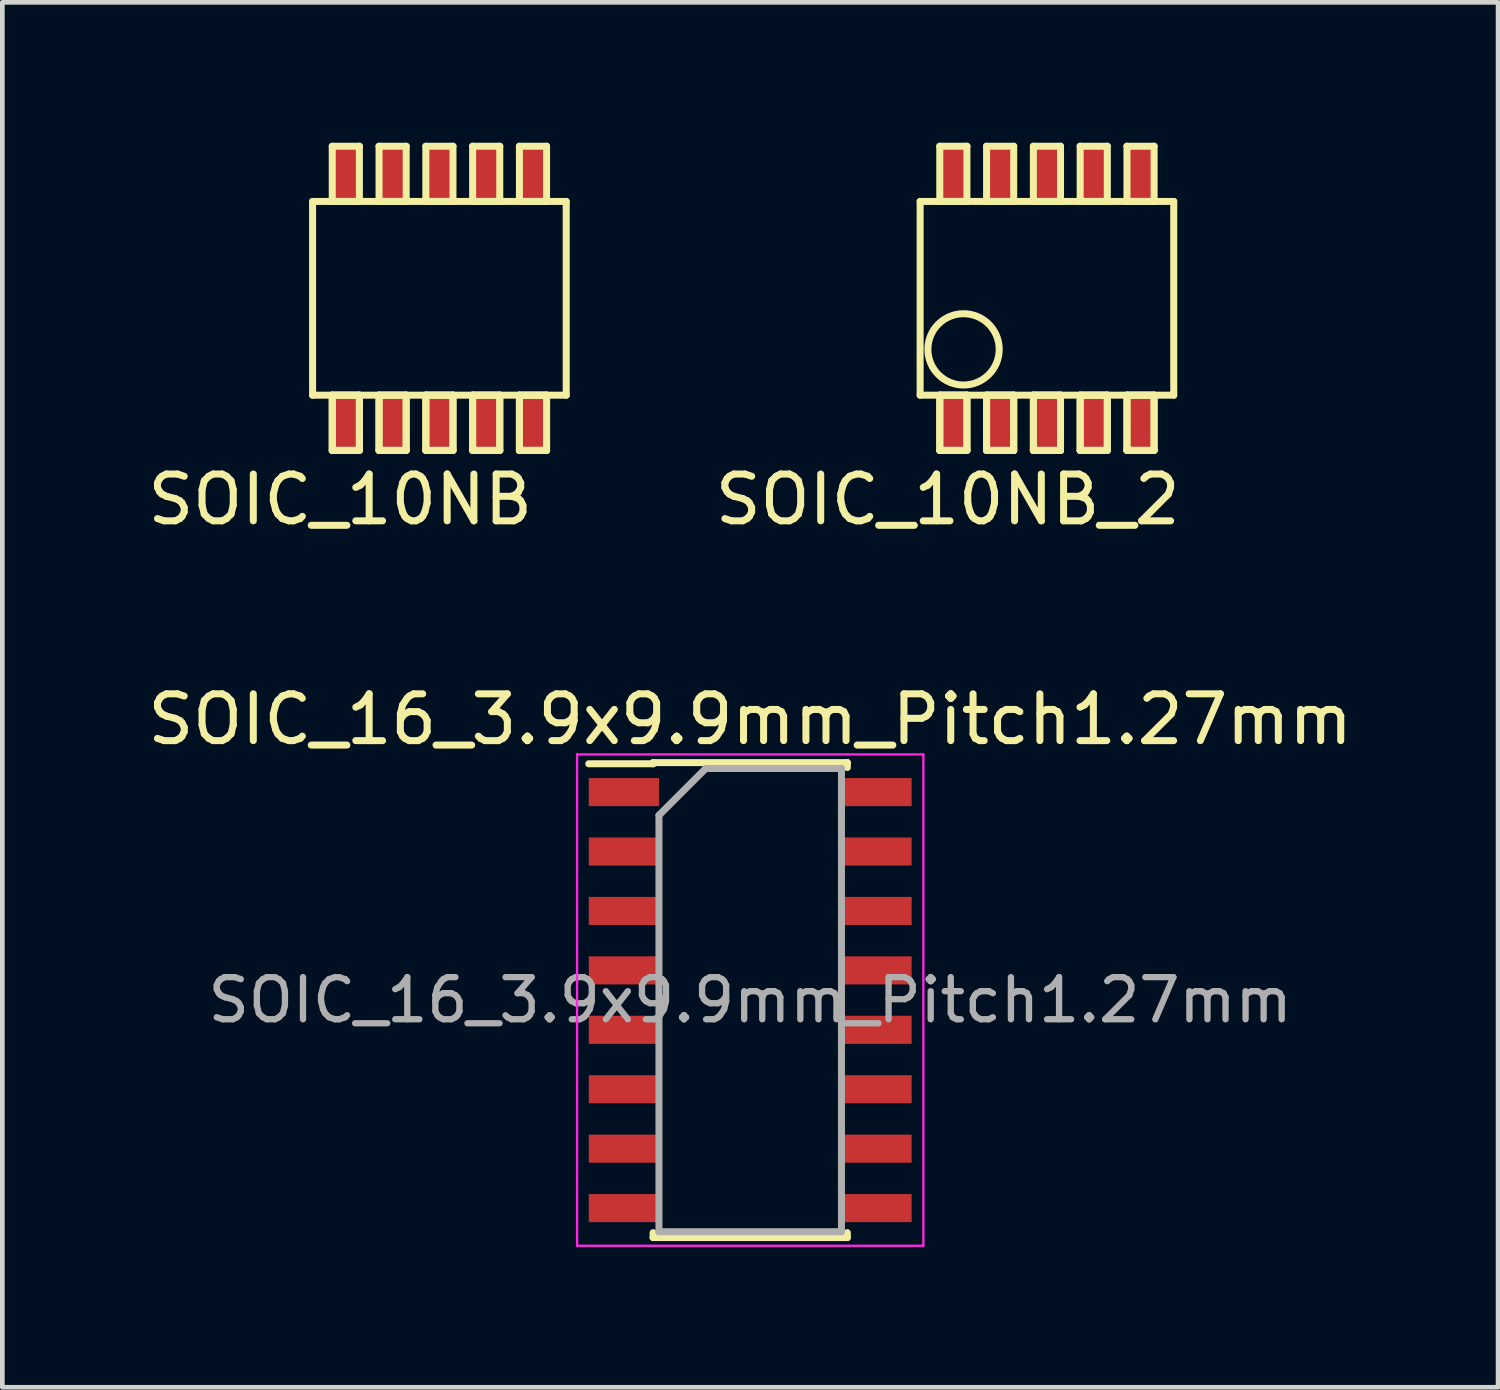
<source format=kicad_pcb>
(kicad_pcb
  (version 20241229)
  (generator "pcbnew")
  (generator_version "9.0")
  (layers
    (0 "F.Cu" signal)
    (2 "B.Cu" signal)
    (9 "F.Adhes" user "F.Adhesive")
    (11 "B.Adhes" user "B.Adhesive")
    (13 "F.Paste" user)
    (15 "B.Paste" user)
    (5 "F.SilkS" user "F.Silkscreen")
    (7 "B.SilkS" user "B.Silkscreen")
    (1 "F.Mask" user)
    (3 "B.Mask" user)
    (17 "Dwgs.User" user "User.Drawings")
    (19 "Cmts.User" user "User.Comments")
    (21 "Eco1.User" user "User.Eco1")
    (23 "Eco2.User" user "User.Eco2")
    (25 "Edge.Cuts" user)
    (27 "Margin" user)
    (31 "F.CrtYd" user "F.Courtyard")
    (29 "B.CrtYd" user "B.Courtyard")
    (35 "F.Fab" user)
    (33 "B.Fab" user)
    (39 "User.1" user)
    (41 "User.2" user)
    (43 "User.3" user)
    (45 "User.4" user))
  (footprint "SOIC_10NB"
    (layer "F.Cu")
    (at 4.05 6.575)
    (property "Reference" "SOIC_10NB" (at 0.17 1.05 0) (layer "F.SilkS") (effects (font (size 1 1) (thickness 0.15))))
    (attr through_hole)
    (fp_line (start -0.42 -5.32) (end 5 -5.32) (stroke (width 0.15) (type solid)) (layer "F.SilkS"))
    (fp_line (start -0.42 -1.18) (end -0.42 -5.32) (stroke (width 0.15) (type solid)) (layer "F.SilkS"))
    (fp_line (start -0.42 -1.18) (end 5 -1.18) (stroke (width 0.15) (type solid)) (layer "F.SilkS"))
    (fp_line (start 0 -6.5) (end 0.58 -6.5) (stroke (width 0.15) (type solid)) (layer "F.SilkS"))
    (fp_line (start 0 -5.32) (end 0 -6.5) (stroke (width 0.15) (type solid)) (layer "F.SilkS"))
    (fp_line (start 0 -1.18) (end 0.58 -1.18) (stroke (width 0.15) (type solid)) (layer "F.SilkS"))
    (fp_line (start 0 -1.18) (end 0.58 -1.18) (stroke (width 0.15) (type solid)) (layer "F.SilkS"))
    (fp_line (start 0 0) (end 0 -1.18) (stroke (width 0.15) (type solid)) (layer "F.SilkS"))
    (fp_line (start 0 0) (end 0 -1.18) (stroke (width 0.15) (type solid)) (layer "F.SilkS"))
    (fp_line (start 0.58 -6.5) (end 0.58 -5.32) (stroke (width 0.15) (type solid)) (layer "F.SilkS"))
    (fp_line (start 0.58 -5.32) (end 0 -5.32) (stroke (width 0.15) (type solid)) (layer "F.SilkS"))
    (fp_line (start 0.58 -1.18) (end 0.58 0) (stroke (width 0.15) (type solid)) (layer "F.SilkS"))
    (fp_line (start 0.58 -1.18) (end 0.58 0) (stroke (width 0.15) (type solid)) (layer "F.SilkS"))
    (fp_line (start 0.58 0) (end 0 0) (stroke (width 0.15) (type solid)) (layer "F.SilkS"))
    (fp_line (start 0.58 0) (end 0 0) (stroke (width 0.15) (type solid)) (layer "F.SilkS"))
    (fp_line (start 1 -6.5) (end 1.58 -6.5) (stroke (width 0.15) (type solid)) (layer "F.SilkS"))
    (fp_line (start 1 -5.32) (end 1 -6.5) (stroke (width 0.15) (type solid)) (layer "F.SilkS"))
    (fp_line (start 1 -1.18) (end 1.58 -1.18) (stroke (width 0.15) (type solid)) (layer "F.SilkS"))
    (fp_line (start 1 -1.18) (end 1.58 -1.18) (stroke (width 0.15) (type solid)) (layer "F.SilkS"))
    (fp_line (start 1 0) (end 1 -1.18) (stroke (width 0.15) (type solid)) (layer "F.SilkS"))
    (fp_line (start 1 0) (end 1 -1.18) (stroke (width 0.15) (type solid)) (layer "F.SilkS"))
    (fp_line (start 1.58 -6.5) (end 1.58 -5.32) (stroke (width 0.15) (type solid)) (layer "F.SilkS"))
    (fp_line (start 1.58 -5.32) (end 1 -5.32) (stroke (width 0.15) (type solid)) (layer "F.SilkS"))
    (fp_line (start 1.58 -1.18) (end 1.58 0) (stroke (width 0.15) (type solid)) (layer "F.SilkS"))
    (fp_line (start 1.58 -1.18) (end 1.58 0) (stroke (width 0.15) (type solid)) (layer "F.SilkS"))
    (fp_line (start 1.58 0) (end 1 0) (stroke (width 0.15) (type solid)) (layer "F.SilkS"))
    (fp_line (start 1.58 0) (end 1 0) (stroke (width 0.15) (type solid)) (layer "F.SilkS"))
    (fp_line (start 2 -6.5) (end 2.58 -6.5) (stroke (width 0.15) (type solid)) (layer "F.SilkS"))
    (fp_line (start 2 -5.32) (end 2 -6.5) (stroke (width 0.15) (type solid)) (layer "F.SilkS"))
    (fp_line (start 2 -1.18) (end 2.58 -1.18) (stroke (width 0.15) (type solid)) (layer "F.SilkS"))
    (fp_line (start 2 -1.18) (end 2.58 -1.18) (stroke (width 0.15) (type solid)) (layer "F.SilkS"))
    (fp_line (start 2 0) (end 2 -1.18) (stroke (width 0.15) (type solid)) (layer "F.SilkS"))
    (fp_line (start 2 0) (end 2 -1.18) (stroke (width 0.15) (type solid)) (layer "F.SilkS"))
    (fp_line (start 2.58 -6.5) (end 2.58 -5.32) (stroke (width 0.15) (type solid)) (layer "F.SilkS"))
    (fp_line (start 2.58 -5.32) (end 2 -5.32) (stroke (width 0.15) (type solid)) (layer "F.SilkS"))
    (fp_line (start 2.58 -1.18) (end 2.58 0) (stroke (width 0.15) (type solid)) (layer "F.SilkS"))
    (fp_line (start 2.58 -1.18) (end 2.58 0) (stroke (width 0.15) (type solid)) (layer "F.SilkS"))
    (fp_line (start 2.58 0) (end 2 0) (stroke (width 0.15) (type solid)) (layer "F.SilkS"))
    (fp_line (start 2.58 0) (end 2 0) (stroke (width 0.15) (type solid)) (layer "F.SilkS"))
    (fp_line (start 3 -6.5) (end 3.58 -6.5) (stroke (width 0.15) (type solid)) (layer "F.SilkS"))
    (fp_line (start 3 -5.32) (end 3 -6.5) (stroke (width 0.15) (type solid)) (layer "F.SilkS"))
    (fp_line (start 3 -1.18) (end 3.58 -1.18) (stroke (width 0.15) (type solid)) (layer "F.SilkS"))
    (fp_line (start 3 -1.18) (end 3.58 -1.18) (stroke (width 0.15) (type solid)) (layer "F.SilkS"))
    (fp_line (start 3 0) (end 3 -1.18) (stroke (width 0.15) (type solid)) (layer "F.SilkS"))
    (fp_line (start 3 0) (end 3 -1.18) (stroke (width 0.15) (type solid)) (layer "F.SilkS"))
    (fp_line (start 3.58 -6.5) (end 3.58 -5.32) (stroke (width 0.15) (type solid)) (layer "F.SilkS"))
    (fp_line (start 3.58 -5.32) (end 3 -5.32) (stroke (width 0.15) (type solid)) (layer "F.SilkS"))
    (fp_line (start 3.58 -1.18) (end 3.58 0) (stroke (width 0.15) (type solid)) (layer "F.SilkS"))
    (fp_line (start 3.58 -1.18) (end 3.58 0) (stroke (width 0.15) (type solid)) (layer "F.SilkS"))
    (fp_line (start 3.58 0) (end 3 0) (stroke (width 0.15) (type solid)) (layer "F.SilkS"))
    (fp_line (start 3.58 0) (end 3 0) (stroke (width 0.15) (type solid)) (layer "F.SilkS"))
    (fp_line (start 4 -6.5) (end 4.58 -6.5) (stroke (width 0.15) (type solid)) (layer "F.SilkS"))
    (fp_line (start 4 -5.32) (end 4 -6.5) (stroke (width 0.15) (type solid)) (layer "F.SilkS"))
    (fp_line (start 4 -1.18) (end 4.58 -1.18) (stroke (width 0.15) (type solid)) (layer "F.SilkS"))
    (fp_line (start 4 -1.18) (end 4.58 -1.18) (stroke (width 0.15) (type solid)) (layer "F.SilkS"))
    (fp_line (start 4 0) (end 4 -1.18) (stroke (width 0.15) (type solid)) (layer "F.SilkS"))
    (fp_line (start 4 0) (end 4 -1.18) (stroke (width 0.15) (type solid)) (layer "F.SilkS"))
    (fp_line (start 4.58 -6.5) (end 4.58 -5.32) (stroke (width 0.15) (type solid)) (layer "F.SilkS"))
    (fp_line (start 4.58 -5.32) (end 4 -5.32) (stroke (width 0.15) (type solid)) (layer "F.SilkS"))
    (fp_line (start 4.58 -1.18) (end 4.58 0) (stroke (width 0.15) (type solid)) (layer "F.SilkS"))
    (fp_line (start 4.58 -1.18) (end 4.58 0) (stroke (width 0.15) (type solid)) (layer "F.SilkS"))
    (fp_line (start 4.58 0) (end 4 0) (stroke (width 0.15) (type solid)) (layer "F.SilkS"))
    (fp_line (start 4.58 0) (end 4 0) (stroke (width 0.15) (type solid)) (layer "F.SilkS"))
    (fp_line (start 5 -5.32) (end 5 -1.18) (stroke (width 0.15) (type solid)) (layer "F.SilkS"))
    (pad "1" smd rect (at 0.29 -5.91) (size 0.58 1.18) (layers "F.Cu" "F.Mask" "F.Paste"))
    (pad "2" smd rect (at 1.29 -5.91) (size 0.58 1.18) (layers "F.Cu" "F.Mask" "F.Paste"))
    (pad "3" smd rect (at 2.29 -5.91) (size 0.58 1.18) (layers "F.Cu" "F.Mask" "F.Paste"))
    (pad "4" smd rect (at 3.29 -5.91) (size 0.58 1.18) (layers "F.Cu" "F.Mask" "F.Paste"))
    (pad "5" smd rect (at 4.29 -5.91) (size 0.58 1.18) (layers "F.Cu" "F.Mask" "F.Paste"))
    (pad "6" smd rect (at 0.29 -0.58) (size 0.58 1.18) (layers "F.Cu" "F.Mask" "F.Paste"))
    (pad "7" smd rect (at 1.29 -0.58) (size 0.58 1.18) (layers "F.Cu" "F.Mask" "F.Paste"))
    (pad "8" smd rect (at 2.29 -0.59) (size 0.58 1.18) (layers "F.Cu" "F.Mask" "F.Paste"))
    (pad "9" smd rect (at 3.29 -0.59) (size 0.58 1.18) (layers "F.Cu" "F.Mask" "F.Paste"))
    (pad "10" smd rect (at 4.29 -0.59) (size 0.58 1.18) (layers "F.Cu" "F.Mask" "F.Paste")))
  (footprint "SOIC_10NB_2"
    (layer "F.Cu")
    (at 17.033 6.575)
    (property "Reference" "SOIC_10NB_2" (at 0.17 1.05 0) (layer "F.SilkS") (effects (font (size 1 1) (thickness 0.15))))
    (attr through_hole)
    (fp_line (start -0.42 -5.32) (end 5 -5.32) (stroke (width 0.15) (type solid)) (layer "F.SilkS"))
    (fp_line (start -0.42 -1.18) (end -0.42 -5.32) (stroke (width 0.15) (type solid)) (layer "F.SilkS"))
    (fp_line (start -0.42 -1.18) (end 5 -1.18) (stroke (width 0.15) (type solid)) (layer "F.SilkS"))
    (fp_line (start 0 -6.5) (end 0.58 -6.5) (stroke (width 0.15) (type solid)) (layer "F.SilkS"))
    (fp_line (start 0 -5.32) (end 0 -6.5) (stroke (width 0.15) (type solid)) (layer "F.SilkS"))
    (fp_line (start 0 -1.18) (end 0.58 -1.18) (stroke (width 0.15) (type solid)) (layer "F.SilkS"))
    (fp_line (start 0 -1.18) (end 0.58 -1.18) (stroke (width 0.15) (type solid)) (layer "F.SilkS"))
    (fp_line (start 0 0) (end 0 -1.18) (stroke (width 0.15) (type solid)) (layer "F.SilkS"))
    (fp_line (start 0 0) (end 0 -1.18) (stroke (width 0.15) (type solid)) (layer "F.SilkS"))
    (fp_line (start 0.58 -6.5) (end 0.58 -5.32) (stroke (width 0.15) (type solid)) (layer "F.SilkS"))
    (fp_line (start 0.58 -5.32) (end 0 -5.32) (stroke (width 0.15) (type solid)) (layer "F.SilkS"))
    (fp_line (start 0.58 -1.18) (end 0.58 0) (stroke (width 0.15) (type solid)) (layer "F.SilkS"))
    (fp_line (start 0.58 -1.18) (end 0.58 0) (stroke (width 0.15) (type solid)) (layer "F.SilkS"))
    (fp_line (start 0.58 0) (end 0 0) (stroke (width 0.15) (type solid)) (layer "F.SilkS"))
    (fp_line (start 0.58 0) (end 0 0) (stroke (width 0.15) (type solid)) (layer "F.SilkS"))
    (fp_line (start 1 -6.5) (end 1.58 -6.5) (stroke (width 0.15) (type solid)) (layer "F.SilkS"))
    (fp_line (start 1 -5.32) (end 1 -6.5) (stroke (width 0.15) (type solid)) (layer "F.SilkS"))
    (fp_line (start 1 -1.18) (end 1.58 -1.18) (stroke (width 0.15) (type solid)) (layer "F.SilkS"))
    (fp_line (start 1 -1.18) (end 1.58 -1.18) (stroke (width 0.15) (type solid)) (layer "F.SilkS"))
    (fp_line (start 1 0) (end 1 -1.18) (stroke (width 0.15) (type solid)) (layer "F.SilkS"))
    (fp_line (start 1 0) (end 1 -1.18) (stroke (width 0.15) (type solid)) (layer "F.SilkS"))
    (fp_line (start 1.58 -6.5) (end 1.58 -5.32) (stroke (width 0.15) (type solid)) (layer "F.SilkS"))
    (fp_line (start 1.58 -5.32) (end 1 -5.32) (stroke (width 0.15) (type solid)) (layer "F.SilkS"))
    (fp_line (start 1.58 -1.18) (end 1.58 0) (stroke (width 0.15) (type solid)) (layer "F.SilkS"))
    (fp_line (start 1.58 -1.18) (end 1.58 0) (stroke (width 0.15) (type solid)) (layer "F.SilkS"))
    (fp_line (start 1.58 0) (end 1 0) (stroke (width 0.15) (type solid)) (layer "F.SilkS"))
    (fp_line (start 1.58 0) (end 1 0) (stroke (width 0.15) (type solid)) (layer "F.SilkS"))
    (fp_line (start 2 -6.5) (end 2.58 -6.5) (stroke (width 0.15) (type solid)) (layer "F.SilkS"))
    (fp_line (start 2 -5.32) (end 2 -6.5) (stroke (width 0.15) (type solid)) (layer "F.SilkS"))
    (fp_line (start 2 -1.18) (end 2.58 -1.18) (stroke (width 0.15) (type solid)) (layer "F.SilkS"))
    (fp_line (start 2 -1.18) (end 2.58 -1.18) (stroke (width 0.15) (type solid)) (layer "F.SilkS"))
    (fp_line (start 2 0) (end 2 -1.18) (stroke (width 0.15) (type solid)) (layer "F.SilkS"))
    (fp_line (start 2 0) (end 2 -1.18) (stroke (width 0.15) (type solid)) (layer "F.SilkS"))
    (fp_line (start 2.58 -6.5) (end 2.58 -5.32) (stroke (width 0.15) (type solid)) (layer "F.SilkS"))
    (fp_line (start 2.58 -5.32) (end 2 -5.32) (stroke (width 0.15) (type solid)) (layer "F.SilkS"))
    (fp_line (start 2.58 -1.18) (end 2.58 0) (stroke (width 0.15) (type solid)) (layer "F.SilkS"))
    (fp_line (start 2.58 -1.18) (end 2.58 0) (stroke (width 0.15) (type solid)) (layer "F.SilkS"))
    (fp_line (start 2.58 0) (end 2 0) (stroke (width 0.15) (type solid)) (layer "F.SilkS"))
    (fp_line (start 2.58 0) (end 2 0) (stroke (width 0.15) (type solid)) (layer "F.SilkS"))
    (fp_line (start 3 -6.5) (end 3.58 -6.5) (stroke (width 0.15) (type solid)) (layer "F.SilkS"))
    (fp_line (start 3 -5.32) (end 3 -6.5) (stroke (width 0.15) (type solid)) (layer "F.SilkS"))
    (fp_line (start 3 -1.18) (end 3.58 -1.18) (stroke (width 0.15) (type solid)) (layer "F.SilkS"))
    (fp_line (start 3 -1.18) (end 3.58 -1.18) (stroke (width 0.15) (type solid)) (layer "F.SilkS"))
    (fp_line (start 3 0) (end 3 -1.18) (stroke (width 0.15) (type solid)) (layer "F.SilkS"))
    (fp_line (start 3 0) (end 3 -1.18) (stroke (width 0.15) (type solid)) (layer "F.SilkS"))
    (fp_line (start 3.58 -6.5) (end 3.58 -5.32) (stroke (width 0.15) (type solid)) (layer "F.SilkS"))
    (fp_line (start 3.58 -5.32) (end 3 -5.32) (stroke (width 0.15) (type solid)) (layer "F.SilkS"))
    (fp_line (start 3.58 -1.18) (end 3.58 0) (stroke (width 0.15) (type solid)) (layer "F.SilkS"))
    (fp_line (start 3.58 -1.18) (end 3.58 0) (stroke (width 0.15) (type solid)) (layer "F.SilkS"))
    (fp_line (start 3.58 0) (end 3 0) (stroke (width 0.15) (type solid)) (layer "F.SilkS"))
    (fp_line (start 3.58 0) (end 3 0) (stroke (width 0.15) (type solid)) (layer "F.SilkS"))
    (fp_line (start 4 -6.5) (end 4.58 -6.5) (stroke (width 0.15) (type solid)) (layer "F.SilkS"))
    (fp_line (start 4 -5.32) (end 4 -6.5) (stroke (width 0.15) (type solid)) (layer "F.SilkS"))
    (fp_line (start 4 -1.18) (end 4.58 -1.18) (stroke (width 0.15) (type solid)) (layer "F.SilkS"))
    (fp_line (start 4 -1.18) (end 4.58 -1.18) (stroke (width 0.15) (type solid)) (layer "F.SilkS"))
    (fp_line (start 4 0) (end 4 -1.18) (stroke (width 0.15) (type solid)) (layer "F.SilkS"))
    (fp_line (start 4 0) (end 4 -1.18) (stroke (width 0.15) (type solid)) (layer "F.SilkS"))
    (fp_line (start 4.58 -6.5) (end 4.58 -5.32) (stroke (width 0.15) (type solid)) (layer "F.SilkS"))
    (fp_line (start 4.58 -5.32) (end 4 -5.32) (stroke (width 0.15) (type solid)) (layer "F.SilkS"))
    (fp_line (start 4.58 -1.18) (end 4.58 0) (stroke (width 0.15) (type solid)) (layer "F.SilkS"))
    (fp_line (start 4.58 -1.18) (end 4.58 0) (stroke (width 0.15) (type solid)) (layer "F.SilkS"))
    (fp_line (start 4.58 0) (end 4 0) (stroke (width 0.15) (type solid)) (layer "F.SilkS"))
    (fp_line (start 4.58 0) (end 4 0) (stroke (width 0.15) (type solid)) (layer "F.SilkS"))
    (fp_line (start 5 -5.32) (end 5 -1.18) (stroke (width 0.15) (type solid)) (layer "F.SilkS"))
    (fp_circle (center 0.508 -2.159) (end 0.508 -1.397) (stroke (width 0.15) (type solid)) (fill no) (layer "F.SilkS"))
    (pad "1" smd rect (at 0.29 -0.58) (size 0.58 1.18) (layers "F.Cu" "F.Mask" "F.Paste"))
    (pad "2" smd rect (at 1.29 -0.58) (size 0.58 1.18) (layers "F.Cu" "F.Mask" "F.Paste"))
    (pad "3" smd rect (at 2.29 -0.59) (size 0.58 1.18) (layers "F.Cu" "F.Mask" "F.Paste"))
    (pad "4" smd rect (at 3.29 -0.59) (size 0.58 1.18) (layers "F.Cu" "F.Mask" "F.Paste"))
    (pad "5" smd rect (at 4.29 -0.59) (size 0.58 1.18) (layers "F.Cu" "F.Mask" "F.Paste"))
    (pad "6" smd rect (at 4.29 -5.91) (size 0.58 1.18) (layers "F.Cu" "F.Mask" "F.Paste"))
    (pad "7" smd rect (at 3.29 -5.91) (size 0.58 1.18) (layers "F.Cu" "F.Mask" "F.Paste"))
    (pad "8" smd rect (at 2.29 -5.91) (size 0.58 1.18) (layers "F.Cu" "F.Mask" "F.Paste"))
    (pad "9" smd rect (at 1.29 -5.91) (size 0.58 1.18) (layers "F.Cu" "F.Mask" "F.Paste"))
    (pad "10" smd rect (at 0.29 -5.91) (size 0.58 1.18) (layers "F.Cu" "F.Mask" "F.Paste")))
  (footprint "SOIC_16_3.9x9.9mm_Pitch1.27mm"
    (layer "F.Cu")
    (at 12.982 18.322)
    (property "Reference" "SOIC_16_3.9x9.9mm_Pitch1.27mm" (at 0 -6 0) (layer "F.SilkS") (effects (font (size 1 1) (thickness 0.15))))
    (attr smd)
    (fp_line (start -2.075 -5.075) (end -2.075 -5.05) (stroke (width 0.15) (type solid)) (layer "F.SilkS"))
    (fp_line (start -2.075 -5.075) (end 2.075 -5.075) (stroke (width 0.15) (type solid)) (layer "F.SilkS"))
    (fp_line (start -2.075 -5.05) (end -3.45 -5.05) (stroke (width 0.15) (type solid)) (layer "F.SilkS"))
    (fp_line (start -2.075 5.075) (end -2.075 4.97) (stroke (width 0.15) (type solid)) (layer "F.SilkS"))
    (fp_line (start -2.075 5.075) (end 2.075 5.075) (stroke (width 0.15) (type solid)) (layer "F.SilkS"))
    (fp_line (start 2.075 -5.075) (end 2.075 -4.97) (stroke (width 0.15) (type solid)) (layer "F.SilkS"))
    (fp_line (start 2.075 5.075) (end 2.075 4.97) (stroke (width 0.15) (type solid)) (layer "F.SilkS"))
    (fp_line (start -3.7 -5.25) (end -3.7 5.25) (stroke (width 0.05) (type solid)) (layer "F.CrtYd"))
    (fp_line (start -3.7 -5.25) (end 3.7 -5.25) (stroke (width 0.05) (type solid)) (layer "F.CrtYd"))
    (fp_line (start -3.7 5.25) (end 3.7 5.25) (stroke (width 0.05) (type solid)) (layer "F.CrtYd"))
    (fp_line (start 3.7 -5.25) (end 3.7 5.25) (stroke (width 0.05) (type solid)) (layer "F.CrtYd"))
    (fp_line (start -1.95 -3.95) (end -0.95 -4.95) (stroke (width 0.15) (type solid)) (layer "F.Fab"))
    (fp_line (start -1.95 4.95) (end -1.95 -3.95) (stroke (width 0.15) (type solid)) (layer "F.Fab"))
    (fp_line (start -0.95 -4.95) (end 1.95 -4.95) (stroke (width 0.15) (type solid)) (layer "F.Fab"))
    (fp_line (start 1.95 -4.95) (end 1.95 4.95) (stroke (width 0.15) (type solid)) (layer "F.Fab"))
    (fp_line (start 1.95 4.95) (end -1.95 4.95) (stroke (width 0.15) (type solid)) (layer "F.Fab"))
    (fp_text user "${REFERENCE}" (at 0 0 0) (layer "F.Fab") (effects (font (size 0.9 0.9) (thickness 0.135))))
    (pad "1" smd rect (at -2.7 -4.445) (size 1.5 0.6) (layers "F.Cu" "F.Mask" "F.Paste"))
    (pad "2" smd rect (at -2.7 -3.175) (size 1.5 0.6) (layers "F.Cu" "F.Mask" "F.Paste"))
    (pad "3" smd rect (at -2.7 -1.905) (size 1.5 0.6) (layers "F.Cu" "F.Mask" "F.Paste"))
    (pad "4" smd rect (at -2.7 -0.635) (size 1.5 0.6) (layers "F.Cu" "F.Mask" "F.Paste"))
    (pad "5" smd rect (at -2.7 0.635) (size 1.5 0.6) (layers "F.Cu" "F.Mask" "F.Paste"))
    (pad "6" smd rect (at -2.7 1.905) (size 1.5 0.6) (layers "F.Cu" "F.Mask" "F.Paste"))
    (pad "7" smd rect (at -2.7 3.175) (size 1.5 0.6) (layers "F.Cu" "F.Mask" "F.Paste"))
    (pad "8" smd rect (at -2.7 4.445) (size 1.5 0.6) (layers "F.Cu" "F.Mask" "F.Paste"))
    (pad "9" smd rect (at 2.7 4.445) (size 1.5 0.6) (layers "F.Cu" "F.Mask" "F.Paste"))
    (pad "10" smd rect (at 2.7 3.175) (size 1.5 0.6) (layers "F.Cu" "F.Mask" "F.Paste"))
    (pad "11" smd rect (at 2.7 1.905) (size 1.5 0.6) (layers "F.Cu" "F.Mask" "F.Paste"))
    (pad "12" smd rect (at 2.7 0.635) (size 1.5 0.6) (layers "F.Cu" "F.Mask" "F.Paste"))
    (pad "13" smd rect (at 2.7 -0.635) (size 1.5 0.6) (layers "F.Cu" "F.Mask" "F.Paste"))
    (pad "14" smd rect (at 2.7 -1.905) (size 1.5 0.6) (layers "F.Cu" "F.Mask" "F.Paste"))
    (pad "15" smd rect (at 2.7 -3.175) (size 1.5 0.6) (layers "F.Cu" "F.Mask" "F.Paste"))
    (pad "16" smd rect (at 2.7 -4.445) (size 1.5 0.6) (layers "F.Cu" "F.Mask" "F.Paste")))
  (gr_rect
    (start -3 -3)
    (end 28.964 26.596)
    (stroke (width 0.1) (type default))
    (fill no)
    (layer "Edge.Cuts")))
</source>
